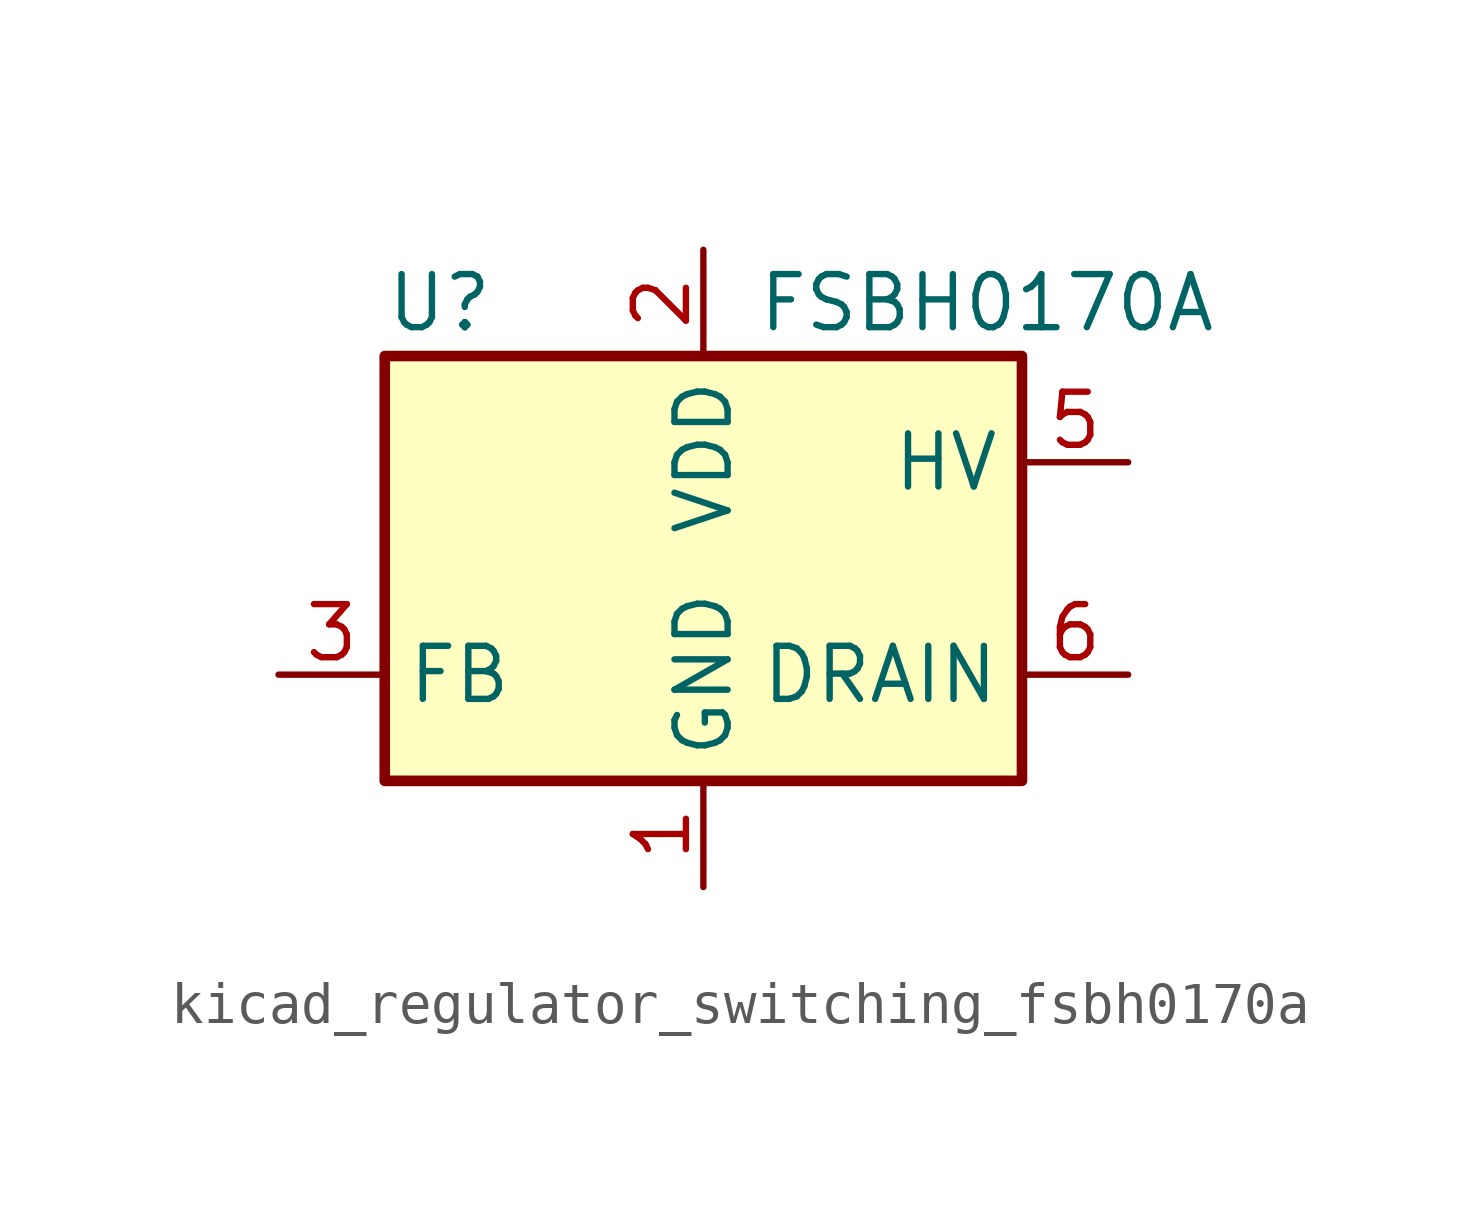
<source format=kicad_sym>
(kicad_symbol_lib
  (version 20220914)
  (generator kicad_symbol_editor)
  (symbol "kicad_regulator_switching_fsbh0170a"
    (property "Reference" "U"
      (at -7.62 6.35 0)
      (effects (font (size 1.27 1.27)) (justify left)))
    (property "Value" "FSBH0170A"
      (at 1.27 6.35 0)
      (effects (font (size 1.27 1.27)) (justify left)))
    (symbol "kicad_regulator_switching_fsbh0170a_0_1"
      (rectangle (start -7.62 5.08) (end 7.62 -5.08) (stroke (width 0.254) (type default)) (fill (type background))))
    (symbol "kicad_regulator_switching_fsbh0170a_1_1"
      (pin power_in line (at 0 -7.62 90) (length 2.54) (name "GND" (effects (font (size 1.27 1.27)))) (number "1" (effects (font (size 1.27 1.27)))))
      (pin power_in line (at 0 7.62 270) (length 2.54) (name "VDD" (effects (font (size 1.27 1.27)))) (number "2" (effects (font (size 1.27 1.27)))))
      (pin input line (at -10.16 -2.54 0) (length 2.54) (name "FB" (effects (font (size 1.27 1.27)))) (number "3" (effects (font (size 1.27 1.27)))))
      (pin no_connect line (at -7.62 2.54 0) (length 2.54) hide (name "NC" (effects (font (size 1.27 1.27)))) (number "4" (effects (font (size 1.27 1.27)))))
      (pin input line (at 10.16 2.54 180) (length 2.54) (name "HV" (effects (font (size 1.27 1.27)))) (number "5" (effects (font (size 1.27 1.27)))))
      (pin open_collector line (at 10.16 -2.54 180) (length 2.54) (name "DRAIN" (effects (font (size 1.27 1.27)))) (number "6" (effects (font (size 1.27 1.27)))))
      (pin open_collector line (at 10.16 -2.54 180) (length 2.54) hide (name "DRAIN" (effects (font (size 1.27 1.27)))) (number "7" (effects (font (size 1.27 1.27)))))
      (pin open_collector line (at 10.16 -2.54 180) (length 2.54) hide (name "DRAIN" (effects (font (size 1.27 1.27)))) (number "8" (effects (font (size 1.27 1.27))))))))
</source>
